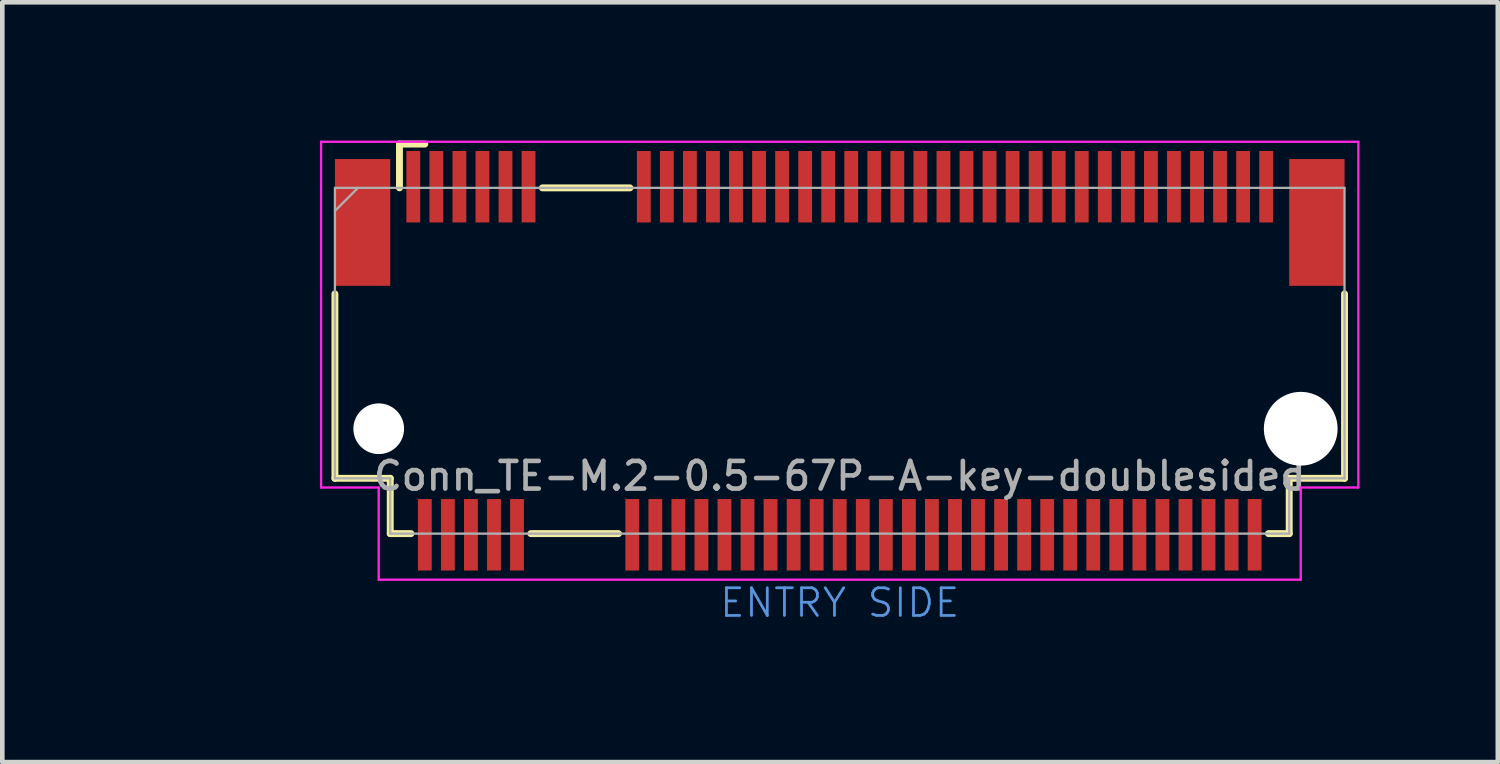
<source format=kicad_pcb>
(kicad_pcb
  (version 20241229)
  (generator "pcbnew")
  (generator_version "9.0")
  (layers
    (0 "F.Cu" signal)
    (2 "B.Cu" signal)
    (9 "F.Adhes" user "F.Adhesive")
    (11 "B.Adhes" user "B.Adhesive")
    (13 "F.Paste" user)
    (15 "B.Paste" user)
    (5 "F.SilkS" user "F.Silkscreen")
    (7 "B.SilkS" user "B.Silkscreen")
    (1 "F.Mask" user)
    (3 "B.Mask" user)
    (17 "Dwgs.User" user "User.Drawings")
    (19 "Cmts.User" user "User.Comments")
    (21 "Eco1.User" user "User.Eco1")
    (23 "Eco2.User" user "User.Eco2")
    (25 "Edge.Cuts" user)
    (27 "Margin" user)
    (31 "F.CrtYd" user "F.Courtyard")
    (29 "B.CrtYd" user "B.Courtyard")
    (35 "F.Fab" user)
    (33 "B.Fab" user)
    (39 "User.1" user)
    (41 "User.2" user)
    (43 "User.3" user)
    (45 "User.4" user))
  (footprint "Conn_TE-M.2-0.5-67P-A-key-doublesided"
    (layer "F.Cu")
    (at 15.165 6.275)
    (property "Reference" "Conn_TE-M.2-0.5-67P-A-key-doublesided" (at 0 1 0) (layer "F.Fab") (effects (font (size 0.6 0.6) (thickness 0.1))))
    (attr through_hole)
    (fp_line (start -10.95 1.05) (end -10.95 -2.95) (stroke (width 0.15) (type solid)) (layer "F.SilkS"))
    (fp_line (start -9.75 1.05) (end -10.95 1.05) (stroke (width 0.15) (type solid)) (layer "F.SilkS"))
    (fp_line (start -9.75 2.25) (end -9.75 1.05) (stroke (width 0.15) (type solid)) (layer "F.SilkS"))
    (fp_line (start -9.55 -6.2) (end -9 -6.2) (stroke (width 0.15) (type solid)) (layer "F.SilkS"))
    (fp_line (start -9.55 -5.25) (end -9.55 -6.2) (stroke (width 0.15) (type solid)) (layer "F.SilkS"))
    (fp_line (start -9.3 2.25) (end -9.75 2.25) (stroke (width 0.15) (type solid)) (layer "F.SilkS"))
    (fp_line (start -6.7 2.25) (end -4.8 2.25) (stroke (width 0.15) (type solid)) (layer "F.SilkS"))
    (fp_line (start -6.45 -5.25) (end -4.55 -5.25) (stroke (width 0.15) (type solid)) (layer "F.SilkS"))
    (fp_line (start 9.75 1.05) (end 9.75 2.25) (stroke (width 0.15) (type solid)) (layer "F.SilkS"))
    (fp_line (start 9.75 2.25) (end 9.3 2.25) (stroke (width 0.15) (type solid)) (layer "F.SilkS"))
    (fp_line (start 10.95 1.05) (end 9.75 1.05) (stroke (width 0.15) (type solid)) (layer "F.SilkS"))
    (fp_line (start 10.95 1.05) (end 10.95 -2.95) (stroke (width 0.15) (type solid)) (layer "F.SilkS"))
    (fp_line (start -11.25 -6.25) (end 11.25 -6.25) (stroke (width 0.05) (type solid)) (layer "F.CrtYd"))
    (fp_line (start -11.25 1.25) (end -11.25 -6.25) (stroke (width 0.05) (type solid)) (layer "F.CrtYd"))
    (fp_line (start -10 1.25) (end -11.25 1.25) (stroke (width 0.05) (type solid)) (layer "F.CrtYd"))
    (fp_line (start -10 3.25) (end -10 1.25) (stroke (width 0.05) (type solid)) (layer "F.CrtYd"))
    (fp_line (start 10 1.25) (end 10 3.25) (stroke (width 0.05) (type solid)) (layer "F.CrtYd"))
    (fp_line (start 10 3.25) (end -10 3.25) (stroke (width 0.05) (type solid)) (layer "F.CrtYd"))
    (fp_line (start 11.25 -6.25) (end 11.25 1.25) (stroke (width 0.05) (type solid)) (layer "F.CrtYd"))
    (fp_line (start 11.25 1.25) (end 10 1.25) (stroke (width 0.05) (type solid)) (layer "F.CrtYd"))
    (fp_line (start -10.95 -5.25) (end -10.95 1.05) (stroke (width 0.05) (type solid)) (layer "F.Fab"))
    (fp_line (start -10.95 -5.25) (end 10.95 -5.25) (stroke (width 0.05) (type solid)) (layer "F.Fab"))
    (fp_line (start -10.95 -4.75) (end -10.45 -5.25) (stroke (width 0.05) (type solid)) (layer "F.Fab"))
    (fp_line (start -10.95 1.05) (end -9.75 1.05) (stroke (width 0.05) (type solid)) (layer "F.Fab"))
    (fp_line (start -9.75 1.05) (end -9.75 2.25) (stroke (width 0.05) (type solid)) (layer "F.Fab"))
    (fp_line (start -9.75 2.25) (end 9.75 2.25) (stroke (width 0.05) (type solid)) (layer "F.Fab"))
    (fp_line (start 9.75 1.05) (end 9.75 2.25) (stroke (width 0.05) (type solid)) (layer "F.Fab"))
    (fp_line (start 10.95 1.05) (end 9.75 1.05) (stroke (width 0.05) (type solid)) (layer "F.Fab"))
    (fp_line (start 10.95 1.05) (end 10.95 -5.25) (stroke (width 0.05) (type solid)) (layer "F.Fab"))
    (fp_text user "ENTRY SIDE" (at 0 3.75 0) (layer "Cmts.User") (effects (font (size 0.6 0.6) (thickness 0.06))))
    (fp_text user "${REFERENCE}" (at -10.1 -4.8 0) (layer "Eco1.User") (effects (font (size 0.3 0.3) (thickness 0.03))))
    (pad "" smd rect (at -10.35 -4.5) (size 1.2 2.75) (layers "F.Cu" "F.Mask" "F.Paste"))
    (pad "" np_thru_hole circle (at -10 -0.025) (size 1.1 1.1) (drill 1.1) (layers "*.Cu"))
    (pad "" np_thru_hole circle (at 10 -0.025) (size 1.6 1.6) (drill 1.6) (layers "*.Cu"))
    (pad "" smd rect (at 10.35 -4.5) (size 1.2 2.75) (layers "F.Cu" "F.Mask" "F.Paste"))
    (pad "1" smd rect (at -9.25 -5.275) (size 0.3 1.55) (layers "F.Cu" "F.Paste"))
    (pad "2" smd rect (at -9 2.275) (size 0.3 1.55) (layers "F.Cu" "F.Paste"))
    (pad "3" smd rect (at -8.75 -5.275) (size 0.3 1.55) (layers "F.Cu" "F.Paste"))
    (pad "4" smd rect (at -8.5 2.275) (size 0.3 1.55) (layers "F.Cu" "F.Paste"))
    (pad "5" smd rect (at -8.25 -5.275) (size 0.3 1.55) (layers "F.Cu" "F.Paste"))
    (pad "6" smd rect (at -8 2.275) (size 0.3 1.55) (layers "F.Cu" "F.Paste"))
    (pad "7" smd rect (at -7.75 -5.275) (size 0.3 1.55) (layers "F.Cu" "F.Paste"))
    (pad "8" smd rect (at -7.5 2.275) (size 0.3 1.55) (layers "F.Cu" "F.Paste"))
    (pad "9" smd rect (at -7.25 -5.275) (size 0.3 1.55) (layers "F.Cu" "F.Paste"))
    (pad "10" smd rect (at -7 2.275) (size 0.3 1.55) (layers "F.Cu" "F.Paste"))
    (pad "11" smd rect (at -6.75 -5.275) (size 0.3 1.55) (layers "F.Cu" "F.Paste"))
    (pad "20" smd rect (at -4.5 2.275) (size 0.3 1.55) (layers "F.Cu" "F.Paste"))
    (pad "21" smd rect (at -4.25 -5.275) (size 0.3 1.55) (layers "F.Cu" "F.Paste"))
    (pad "22" smd rect (at -4 2.275) (size 0.3 1.55) (layers "F.Cu" "F.Paste"))
    (pad "23" smd rect (at -3.75 -5.275) (size 0.3 1.55) (layers "F.Cu" "F.Paste"))
    (pad "24" smd rect (at -3.5 2.275) (size 0.3 1.55) (layers "F.Cu" "F.Paste"))
    (pad "25" smd rect (at -3.25 -5.275) (size 0.3 1.55) (layers "F.Cu" "F.Paste"))
    (pad "26" smd rect (at -3 2.275) (size 0.3 1.55) (layers "F.Cu" "F.Paste"))
    (pad "27" smd rect (at -2.75 -5.275) (size 0.3 1.55) (layers "F.Cu" "F.Paste"))
    (pad "28" smd rect (at -2.5 2.275) (size 0.3 1.55) (layers "F.Cu" "F.Paste"))
    (pad "29" smd rect (at -2.25 -5.275) (size 0.3 1.55) (layers "F.Cu" "F.Paste"))
    (pad "30" smd rect (at -2 2.275) (size 0.3 1.55) (layers "F.Cu" "F.Paste"))
    (pad "31" smd rect (at -1.75 -5.275) (size 0.3 1.55) (layers "F.Cu" "F.Paste"))
    (pad "32" smd rect (at -1.5 2.275) (size 0.3 1.55) (layers "F.Cu" "F.Paste"))
    (pad "33" smd rect (at -1.25 -5.275) (size 0.3 1.55) (layers "F.Cu" "F.Paste"))
    (pad "34" smd rect (at -1 2.275) (size 0.3 1.55) (layers "F.Cu" "F.Paste"))
    (pad "35" smd rect (at -0.75 -5.275) (size 0.3 1.55) (layers "F.Cu" "F.Paste"))
    (pad "36" smd rect (at -0.5 2.275) (size 0.3 1.55) (layers "F.Cu" "F.Paste"))
    (pad "37" smd rect (at -0.25 -5.275) (size 0.3 1.55) (layers "F.Cu" "F.Paste"))
    (pad "38" smd rect (at 0 2.275) (size 0.3 1.55) (layers "F.Cu" "F.Paste"))
    (pad "39" smd rect (at 0.25 -5.275) (size 0.3 1.55) (layers "F.Cu" "F.Paste"))
    (pad "40" smd rect (at 0.5 2.275) (size 0.3 1.55) (layers "F.Cu" "F.Paste"))
    (pad "41" smd rect (at 0.75 -5.275) (size 0.3 1.55) (layers "F.Cu" "F.Paste"))
    (pad "42" smd rect (at 1 2.275) (size 0.3 1.55) (layers "F.Cu" "F.Paste"))
    (pad "43" smd rect (at 1.25 -5.275) (size 0.3 1.55) (layers "F.Cu" "F.Paste"))
    (pad "44" smd rect (at 1.5 2.275) (size 0.3 1.55) (layers "F.Cu" "F.Paste"))
    (pad "45" smd rect (at 1.75 -5.275) (size 0.3 1.55) (layers "F.Cu" "F.Paste"))
    (pad "46" smd rect (at 2 2.275) (size 0.3 1.55) (layers "F.Cu" "F.Paste"))
    (pad "47" smd rect (at 2.25 -5.275) (size 0.3 1.55) (layers "F.Cu" "F.Paste"))
    (pad "48" smd rect (at 2.5 2.275) (size 0.3 1.55) (layers "F.Cu" "F.Paste"))
    (pad "49" smd rect (at 2.75 -5.275) (size 0.3 1.55) (layers "F.Cu" "F.Paste"))
    (pad "50" smd rect (at 3 2.275) (size 0.3 1.55) (layers "F.Cu" "F.Paste"))
    (pad "51" smd rect (at 3.25 -5.275) (size 0.3 1.55) (layers "F.Cu" "F.Paste"))
    (pad "52" smd rect (at 3.5 2.275) (size 0.3 1.55) (layers "F.Cu" "F.Paste"))
    (pad "53" smd rect (at 3.75 -5.275) (size 0.3 1.55) (layers "F.Cu" "F.Paste"))
    (pad "54" smd rect (at 4 2.275) (size 0.3 1.55) (layers "F.Cu" "F.Paste"))
    (pad "55" smd rect (at 4.25 -5.275) (size 0.3 1.55) (layers "F.Cu" "F.Paste"))
    (pad "56" smd rect (at 4.5 2.275) (size 0.3 1.55) (layers "F.Cu" "F.Paste"))
    (pad "57" smd rect (at 4.75 -5.275) (size 0.3 1.55) (layers "F.Cu" "F.Paste"))
    (pad "58" smd rect (at 5 2.275) (size 0.3 1.55) (layers "F.Cu" "F.Paste"))
    (pad "59" smd rect (at 5.25 -5.275) (size 0.3 1.55) (layers "F.Cu" "F.Paste"))
    (pad "60" smd rect (at 5.5 2.275) (size 0.3 1.55) (layers "F.Cu" "F.Paste"))
    (pad "61" smd rect (at 5.75 -5.275) (size 0.3 1.55) (layers "F.Cu" "F.Paste"))
    (pad "62" smd rect (at 6 2.275) (size 0.3 1.55) (layers "F.Cu" "F.Paste"))
    (pad "63" smd rect (at 6.25 -5.275) (size 0.3 1.55) (layers "F.Cu" "F.Paste"))
    (pad "64" smd rect (at 6.5 2.275) (size 0.3 1.55) (layers "F.Cu" "F.Paste"))
    (pad "65" smd rect (at 6.75 -5.275) (size 0.3 1.55) (layers "F.Cu" "F.Paste"))
    (pad "66" smd rect (at 7 2.275) (size 0.3 1.55) (layers "F.Cu" "F.Paste"))
    (pad "67" smd rect (at 7.25 -5.275) (size 0.3 1.55) (layers "F.Cu" "F.Paste"))
    (pad "68" smd rect (at 7.5 2.275) (size 0.3 1.55) (layers "F.Cu" "F.Paste"))
    (pad "69" smd rect (at 7.75 -5.275) (size 0.3 1.55) (layers "F.Cu" "F.Paste"))
    (pad "70" smd rect (at 8 2.275) (size 0.3 1.55) (layers "F.Cu" "F.Paste"))
    (pad "71" smd rect (at 8.25 -5.275) (size 0.3 1.55) (layers "F.Cu" "F.Paste"))
    (pad "72" smd rect (at 8.5 2.275) (size 0.3 1.55) (layers "F.Cu" "F.Paste"))
    (pad "73" smd rect (at 8.75 -5.275) (size 0.3 1.55) (layers "F.Cu" "F.Paste"))
    (pad "74" smd rect (at 9 2.275) (size 0.3 1.55) (layers "F.Cu" "F.Paste"))
    (pad "75" smd rect (at 9.25 -5.275) (size 0.3 1.55) (layers "F.Cu" "F.Paste")))
  (gr_rect
    (start -3 -3)
    (end 29.44 13.481)
    (stroke (width 0.1) (type default))
    (fill no)
    (layer "Edge.Cuts")))
</source>
